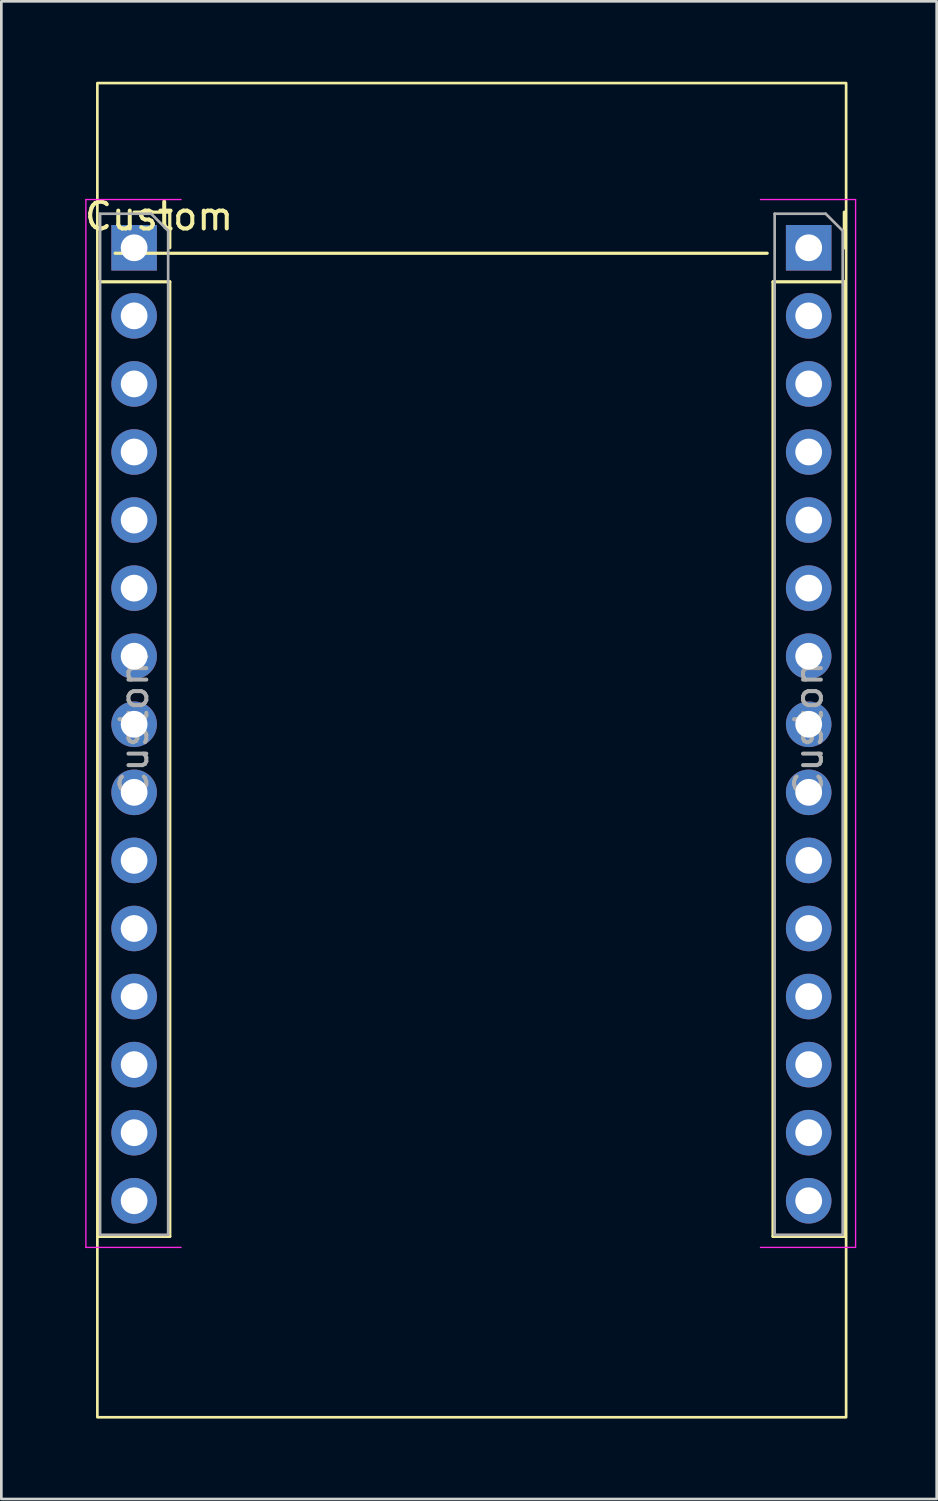
<source format=kicad_pcb>
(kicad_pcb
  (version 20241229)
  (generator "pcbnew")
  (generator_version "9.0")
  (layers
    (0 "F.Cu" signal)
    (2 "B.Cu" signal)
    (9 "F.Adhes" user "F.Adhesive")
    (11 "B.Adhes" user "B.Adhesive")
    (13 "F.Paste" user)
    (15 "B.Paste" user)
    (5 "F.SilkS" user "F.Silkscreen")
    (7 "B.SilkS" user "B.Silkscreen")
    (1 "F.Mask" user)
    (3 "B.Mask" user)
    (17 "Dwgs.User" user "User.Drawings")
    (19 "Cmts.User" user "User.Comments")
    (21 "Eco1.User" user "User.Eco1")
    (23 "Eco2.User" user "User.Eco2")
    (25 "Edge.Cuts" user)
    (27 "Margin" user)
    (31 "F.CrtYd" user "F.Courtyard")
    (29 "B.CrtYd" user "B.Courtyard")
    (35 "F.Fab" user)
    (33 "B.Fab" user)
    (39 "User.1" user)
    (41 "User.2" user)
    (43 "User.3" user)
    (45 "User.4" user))
  (footprint "Custom"
    (layer "F.Cu")
    (at 15.417 10.87)
    (property "Reference" "Custom" (at -12.53 -5.85 0) (layer "F.SilkS") (effects (font (size 1 1) (thickness 0.15))))
    (attr through_hole)
    (fp_line (start -14.792 -3.404) (end -14.792 32.216) (stroke (width 0.12) (type solid)) (layer "F.SilkS"))
    (fp_line (start -14.792 -3.404) (end -12.132 -3.404) (stroke (width 0.12) (type solid)) (layer "F.SilkS"))
    (fp_line (start -14.792 32.216) (end -12.132 32.216) (stroke (width 0.12) (type solid)) (layer "F.SilkS"))
    (fp_line (start -14.17 -4.47) (end 10.16 -4.47) (stroke (width 0.12) (type solid)) (layer "F.SilkS"))
    (fp_line (start -13.462 -6.004) (end -12.132 -6.004) (stroke (width 0.12) (type solid)) (layer "F.SilkS"))
    (fp_line (start -12.132 -6.004) (end -12.132 -4.674) (stroke (width 0.12) (type solid)) (layer "F.SilkS"))
    (fp_line (start -12.132 -3.404) (end -12.132 32.216) (stroke (width 0.12) (type solid)) (layer "F.SilkS"))
    (fp_line (start 10.379 -3.404) (end 10.379 32.216) (stroke (width 0.12) (type solid)) (layer "F.SilkS"))
    (fp_line (start 10.379 -3.404) (end 13.039 -3.404) (stroke (width 0.12) (type solid)) (layer "F.SilkS"))
    (fp_line (start 10.379 32.216) (end 13.039 32.216) (stroke (width 0.12) (type solid)) (layer "F.SilkS"))
    (fp_line (start 13.039 -6.004) (end 13.039 -4.674) (stroke (width 0.12) (type solid)) (layer "F.SilkS"))
    (fp_line (start 13.039 -3.404) (end 13.039 32.216) (stroke (width 0.12) (type solid)) (layer "F.SilkS"))
    (fp_rect (start -14.834 -10.82) (end 13.106 38.964) (stroke (width 0.1) (type solid)) (fill no) (layer "F.SilkS"))
    (fp_line (start -15.262 -6.474) (end -11.712 -6.474) (stroke (width 0.05) (type solid)) (layer "F.CrtYd"))
    (fp_line (start -15.262 32.626) (end -15.262 -6.474) (stroke (width 0.05) (type solid)) (layer "F.CrtYd"))
    (fp_line (start -11.712 32.626) (end -15.262 32.626) (stroke (width 0.05) (type solid)) (layer "F.CrtYd"))
    (fp_line (start 9.909 -6.474) (end 13.459 -6.474) (stroke (width 0.05) (type solid)) (layer "F.CrtYd"))
    (fp_line (start 13.459 -6.474) (end 13.459 32.626) (stroke (width 0.05) (type solid)) (layer "F.CrtYd"))
    (fp_line (start 13.459 32.626) (end 9.909 32.626) (stroke (width 0.05) (type solid)) (layer "F.CrtYd"))
    (fp_line (start -14.732 -5.944) (end -12.827 -5.944) (stroke (width 0.1) (type solid)) (layer "F.Fab"))
    (fp_line (start -14.732 32.156) (end -14.732 -5.944) (stroke (width 0.1) (type solid)) (layer "F.Fab"))
    (fp_line (start -12.827 -5.944) (end -12.192 -5.309) (stroke (width 0.1) (type solid)) (layer "F.Fab"))
    (fp_line (start -12.192 -5.309) (end -12.192 32.156) (stroke (width 0.1) (type solid)) (layer "F.Fab"))
    (fp_line (start -12.192 32.156) (end -14.732 32.156) (stroke (width 0.1) (type solid)) (layer "F.Fab"))
    (fp_line (start 10.439 -5.944) (end 12.344 -5.944) (stroke (width 0.1) (type solid)) (layer "F.Fab"))
    (fp_line (start 10.439 32.156) (end 10.439 -5.944) (stroke (width 0.1) (type solid)) (layer "F.Fab"))
    (fp_line (start 12.344 -5.944) (end 12.979 -5.309) (stroke (width 0.1) (type solid)) (layer "F.Fab"))
    (fp_line (start 12.979 -5.309) (end 12.979 32.156) (stroke (width 0.1) (type solid)) (layer "F.Fab"))
    (fp_line (start 12.979 32.156) (end 10.439 32.156) (stroke (width 0.1) (type solid)) (layer "F.Fab"))
    (fp_text user "${REFERENCE}" (at -13.462 13.106 90) (layer "F.Fab") (effects (font (size 1 1) (thickness 0.15))))
    (fp_text user "${REFERENCE}" (at 11.709 13.106 90) (layer "F.Fab") (effects (font (size 1 1) (thickness 0.15))))
    (pad "1" thru_hole rect (at -13.462 -4.674) (size 1.7 1.7) (drill 1) (layers "*.Cu" "*.Mask"))
    (pad "2" thru_hole circle (at -13.462 -2.134) (size 1.7 1.7) (drill 1) (layers "*.Cu" "*.Mask"))
    (pad "3" thru_hole circle (at -13.462 0.406) (size 1.7 1.7) (drill 1) (layers "*.Cu" "*.Mask"))
    (pad "4" thru_hole circle (at -13.462 2.946) (size 1.7 1.7) (drill 1) (layers "*.Cu" "*.Mask"))
    (pad "5" thru_hole circle (at -13.462 5.486) (size 1.7 1.7) (drill 1) (layers "*.Cu" "*.Mask"))
    (pad "6" thru_hole circle (at -13.462 8.026) (size 1.7 1.7) (drill 1) (layers "*.Cu" "*.Mask"))
    (pad "7" thru_hole circle (at -13.462 10.566) (size 1.7 1.7) (drill 1) (layers "*.Cu" "*.Mask"))
    (pad "8" thru_hole circle (at -13.462 13.106) (size 1.7 1.7) (drill 1) (layers "*.Cu" "*.Mask"))
    (pad "9" thru_hole circle (at -13.462 15.646) (size 1.7 1.7) (drill 1) (layers "*.Cu" "*.Mask"))
    (pad "10" thru_hole circle (at -13.462 18.186) (size 1.7 1.7) (drill 1) (layers "*.Cu" "*.Mask"))
    (pad "11" thru_hole circle (at -13.462 20.726) (size 1.7 1.7) (drill 1) (layers "*.Cu" "*.Mask"))
    (pad "12" thru_hole circle (at -13.462 23.266) (size 1.7 1.7) (drill 1) (layers "*.Cu" "*.Mask"))
    (pad "13" thru_hole circle (at -13.462 25.806) (size 1.7 1.7) (drill 1) (layers "*.Cu" "*.Mask"))
    (pad "14" thru_hole circle (at -13.462 28.346) (size 1.7 1.7) (drill 1) (layers "*.Cu" "*.Mask"))
    (pad "15" thru_hole circle (at -13.462 30.886) (size 1.7 1.7) (drill 1) (layers "*.Cu" "*.Mask"))
    (pad "16" thru_hole rect (at 11.709 -4.674) (size 1.7 1.7) (drill 1) (layers "*.Cu" "*.Mask"))
    (pad "17" thru_hole circle (at 11.709 -2.134) (size 1.7 1.7) (drill 1) (layers "*.Cu" "*.Mask"))
    (pad "18" thru_hole circle (at 11.709 0.406) (size 1.7 1.7) (drill 1) (layers "*.Cu" "*.Mask"))
    (pad "19" thru_hole circle (at 11.709 2.946) (size 1.7 1.7) (drill 1) (layers "*.Cu" "*.Mask"))
    (pad "20" thru_hole circle (at 11.709 5.486) (size 1.7 1.7) (drill 1) (layers "*.Cu" "*.Mask"))
    (pad "21" thru_hole circle (at 11.709 8.026) (size 1.7 1.7) (drill 1) (layers "*.Cu" "*.Mask"))
    (pad "22" thru_hole circle (at 11.709 10.566) (size 1.7 1.7) (drill 1) (layers "*.Cu" "*.Mask"))
    (pad "23" thru_hole circle (at 11.709 13.106) (size 1.7 1.7) (drill 1) (layers "*.Cu" "*.Mask"))
    (pad "24" thru_hole circle (at 11.709 15.646) (size 1.7 1.7) (drill 1) (layers "*.Cu" "*.Mask"))
    (pad "25" thru_hole circle (at 11.709 18.186) (size 1.7 1.7) (drill 1) (layers "*.Cu" "*.Mask"))
    (pad "26" thru_hole circle (at 11.709 20.726) (size 1.7 1.7) (drill 1) (layers "*.Cu" "*.Mask"))
    (pad "27" thru_hole circle (at 11.709 23.266) (size 1.7 1.7) (drill 1) (layers "*.Cu" "*.Mask"))
    (pad "28" thru_hole circle (at 11.709 25.806) (size 1.7 1.7) (drill 1) (layers "*.Cu" "*.Mask"))
    (pad "29" thru_hole circle (at 11.709 28.346) (size 1.7 1.7) (drill 1) (layers "*.Cu" "*.Mask"))
    (pad "30" thru_hole circle (at 11.709 30.886) (size 1.7 1.7) (drill 1) (layers "*.Cu" "*.Mask")))
  (gr_rect
    (start -3 -3)
    (end 31.902 52.884)
    (stroke (width 0.1) (type default))
    (fill no)
    (layer "Edge.Cuts")))
</source>
